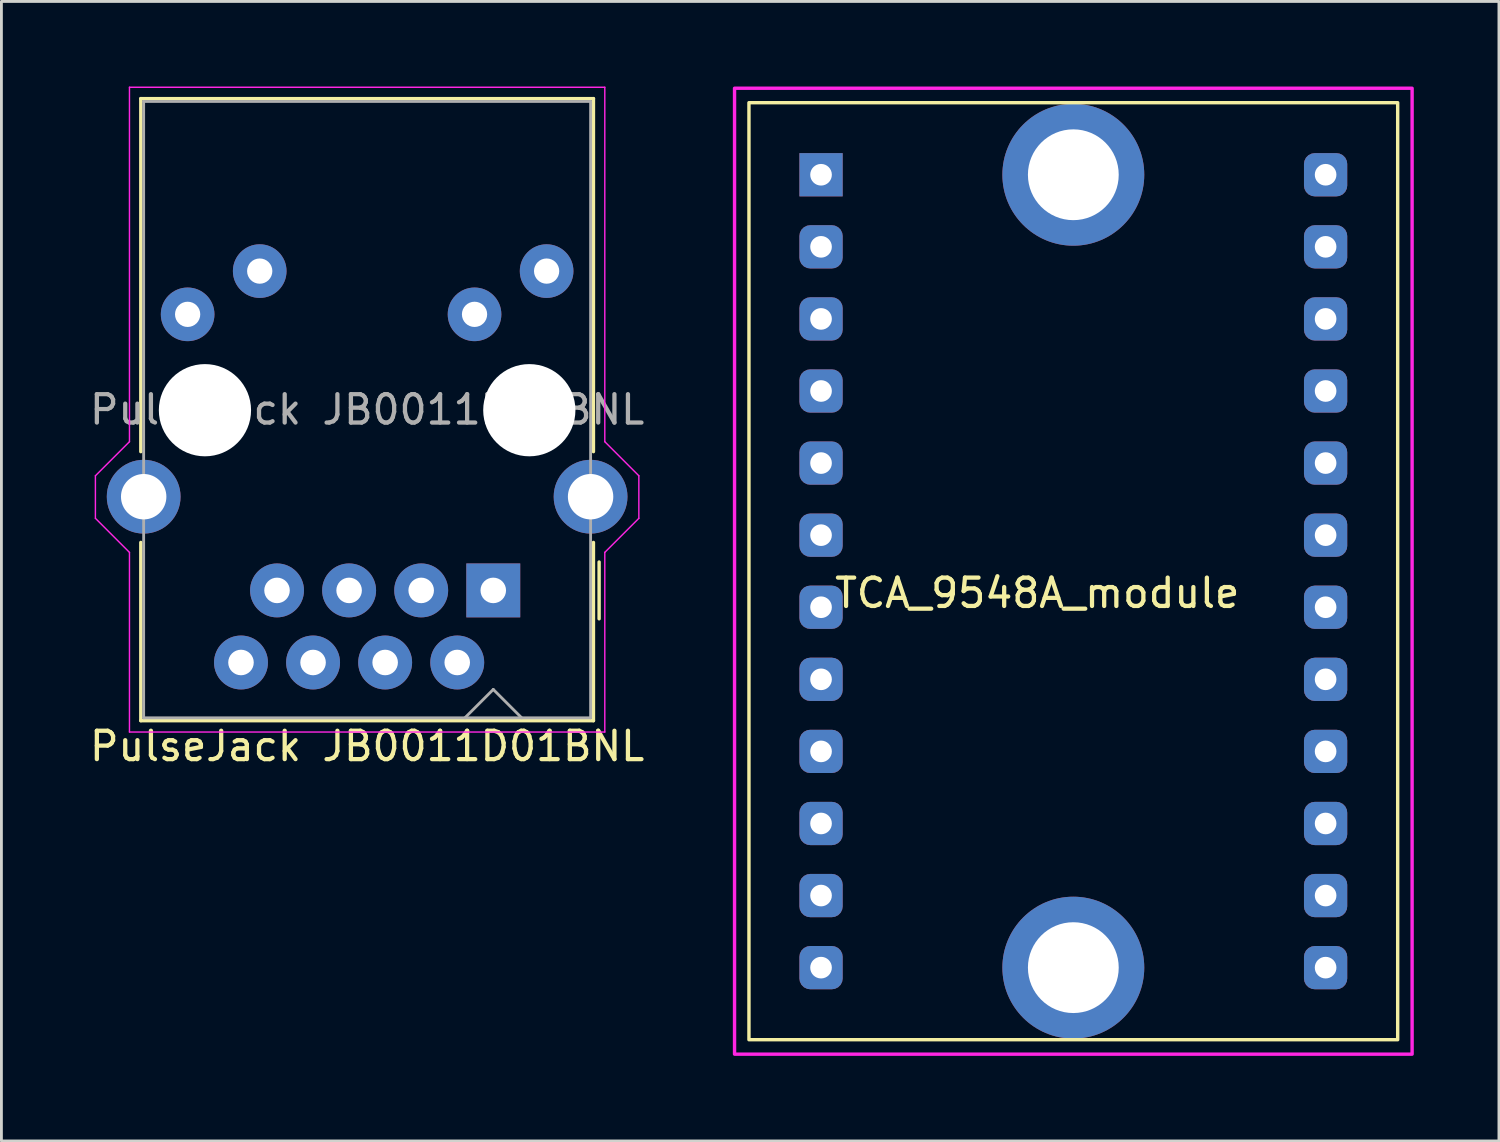
<source format=kicad_pcb>
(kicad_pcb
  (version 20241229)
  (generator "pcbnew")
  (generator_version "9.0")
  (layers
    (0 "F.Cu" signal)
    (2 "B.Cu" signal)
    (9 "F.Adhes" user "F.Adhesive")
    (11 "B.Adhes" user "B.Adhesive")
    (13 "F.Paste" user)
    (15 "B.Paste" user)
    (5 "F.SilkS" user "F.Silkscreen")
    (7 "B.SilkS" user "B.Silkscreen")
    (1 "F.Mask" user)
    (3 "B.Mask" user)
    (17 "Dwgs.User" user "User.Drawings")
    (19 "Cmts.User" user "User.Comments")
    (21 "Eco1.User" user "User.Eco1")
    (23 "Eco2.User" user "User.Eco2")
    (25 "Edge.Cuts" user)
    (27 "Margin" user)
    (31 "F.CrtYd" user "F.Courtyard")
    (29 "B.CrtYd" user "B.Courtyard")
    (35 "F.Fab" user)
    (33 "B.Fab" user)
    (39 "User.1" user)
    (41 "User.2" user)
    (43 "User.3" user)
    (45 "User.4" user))
  (footprint "PulseJack JB0011D01BNL"
    (layer "F.Cu")
    (at 14.332 17.755)
    (property "Reference" "PulseJack JB0011D01BNL" (at -4.445 5.49 180) (layer "F.SilkS") (effects (font (size 1 1) (thickness 0.15))))
    (attr through_hole)
    (fp_line (start -12.42 -17.33) (end 3.53 -17.33) (stroke (width 0.12) (type solid)) (layer "F.SilkS"))
    (fp_line (start -12.42 -4.89) (end -12.42 -17.33) (stroke (width 0.12) (type solid)) (layer "F.SilkS"))
    (fp_line (start -12.42 4.59) (end -12.42 -1.69) (stroke (width 0.12) (type solid)) (layer "F.SilkS"))
    (fp_line (start 3.53 -17.33) (end 3.53 -4.89) (stroke (width 0.12) (type solid)) (layer "F.SilkS"))
    (fp_line (start 3.53 -1.69) (end 3.53 4.59) (stroke (width 0.12) (type solid)) (layer "F.SilkS"))
    (fp_line (start 3.53 4.59) (end -12.42 4.59) (stroke (width 0.12) (type solid)) (layer "F.SilkS"))
    (fp_line (start 3.73 1) (end 3.73 -1) (stroke (width 0.12) (type solid)) (layer "F.SilkS"))
    (fp_line (start -14.02 -4.04) (end -12.82 -5.24) (stroke (width 0.05) (type default)) (layer "F.CrtYd"))
    (fp_line (start -14.02 -2.54) (end -14.02 -4.04) (stroke (width 0.05) (type solid)) (layer "F.CrtYd"))
    (fp_line (start -12.82 -5.24) (end -12.82 -17.73) (stroke (width 0.05) (type solid)) (layer "F.CrtYd"))
    (fp_line (start -12.82 -1.34) (end -14.02 -2.54) (stroke (width 0.05) (type default)) (layer "F.CrtYd"))
    (fp_line (start -12.82 4.99) (end -12.82 -1.34) (stroke (width 0.05) (type solid)) (layer "F.CrtYd"))
    (fp_line (start -12.82 4.99) (end 3.93 4.99) (stroke (width 0.05) (type solid)) (layer "F.CrtYd"))
    (fp_line (start 3.93 -17.73) (end -12.82 -17.73) (stroke (width 0.05) (type solid)) (layer "F.CrtYd"))
    (fp_line (start 3.93 -5.24) (end 3.93 -17.73) (stroke (width 0.05) (type solid)) (layer "F.CrtYd"))
    (fp_line (start 3.93 -1.34) (end 5.13 -2.54) (stroke (width 0.05) (type default)) (layer "F.CrtYd"))
    (fp_line (start 3.93 4.99) (end 3.93 -1.34) (stroke (width 0.05) (type solid)) (layer "F.CrtYd"))
    (fp_line (start 5.13 -4.04) (end 3.93 -5.24) (stroke (width 0.05) (type default)) (layer "F.CrtYd"))
    (fp_line (start 5.13 -2.54) (end 5.13 -4.04) (stroke (width 0.05) (type solid)) (layer "F.CrtYd"))
    (fp_line (start -12.32 -17.23) (end 3.43 -17.23) (stroke (width 0.1) (type solid)) (layer "F.Fab"))
    (fp_line (start -12.32 4.49) (end -12.32 -17.23) (stroke (width 0.1) (type solid)) (layer "F.Fab"))
    (fp_line (start 0 3.49) (end -1 4.49) (stroke (width 0.1) (type default)) (layer "F.Fab"))
    (fp_line (start 0 3.49) (end 1 4.49) (stroke (width 0.1) (type default)) (layer "F.Fab"))
    (fp_line (start 3.43 -17.23) (end 3.43 4.49) (stroke (width 0.1) (type solid)) (layer "F.Fab"))
    (fp_line (start 3.43 4.49) (end -12.32 4.49) (stroke (width 0.1) (type solid)) (layer "F.Fab"))
    (fp_text user "${REFERENCE}" (at -4.445 -6.37 180) (layer "F.Fab") (effects (font (size 1 1) (thickness 0.15))))
    (pad "" np_thru_hole circle (at -10.16 -6.35 180) (size 3.25 3.25) (drill 3.25) (layers "*.Cu" "*.Mask"))
    (pad "" np_thru_hole circle (at 1.27 -6.35 180) (size 3.25 3.25) (drill 3.25) (layers "*.Cu" "*.Mask"))
    (pad "1" thru_hole rect (at 0 0 180) (size 1.9 1.9) (drill 0.9) (layers "*.Cu" "*.Mask"))
    (pad "2" thru_hole circle (at -1.27 2.54 180) (size 1.9 1.9) (drill 0.9) (layers "*.Cu" "*.Mask"))
    (pad "3" thru_hole circle (at -2.54 0 180) (size 1.9 1.9) (drill 0.9) (layers "*.Cu" "*.Mask"))
    (pad "4" thru_hole circle (at -3.81 2.54 180) (size 1.9 1.9) (drill 0.9) (layers "*.Cu" "*.Mask"))
    (pad "5" thru_hole circle (at -5.08 0 180) (size 1.9 1.9) (drill 0.9) (layers "*.Cu" "*.Mask"))
    (pad "6" thru_hole circle (at -6.35 2.54 180) (size 1.9 1.9) (drill 0.9) (layers "*.Cu" "*.Mask"))
    (pad "7" thru_hole circle (at -7.62 0 180) (size 1.9 1.9) (drill 0.9) (layers "*.Cu" "*.Mask"))
    (pad "8" thru_hole circle (at -8.89 2.54 180) (size 1.9 1.9) (drill 0.9) (layers "*.Cu" "*.Mask"))
    (pad "9" thru_hole circle (at 1.88 -11.252 180) (size 1.89 1.89) (drill 0.89) (layers "*.Cu" "*.Mask"))
    (pad "10" thru_hole circle (at -0.66 -9.728 180) (size 1.89 1.89) (drill 0.89) (layers "*.Cu" "*.Mask"))
    (pad "11" thru_hole circle (at -8.23 -11.252 180) (size 1.89 1.89) (drill 0.89) (layers "*.Cu" "*.Mask"))
    (pad "12" thru_hole circle (at -10.77 -9.728 180) (size 1.89 1.89) (drill 0.89) (layers "*.Cu" "*.Mask"))
    (pad "SH" thru_hole circle (at -12.319 -3.302 180) (size 2.6 2.6) (drill 1.6) (layers "*.Cu" "*.Mask"))
    (pad "SH" thru_hole circle (at 3.429 -3.302 180) (size 2.6 2.6) (drill 1.6) (layers "*.Cu" "*.Mask"))
    (zone (net_name "") (layers "F.Cu" "B.Cu" "F.SilkS") (name "No trace zone") (hatch edge 0.5) (connect_pads) (min_thickness 0.25) (filled_areas_thickness no) (keepout (tracks not_allowed) (vias not_allowed) (pads not_allowed) (copperpour allowed) (footprints allowed)) (placement (enabled no)) (fill) (polygon (pts (xy 18.015 3.785) (xy 1.759 3.785) (xy 1.759 0.229) (xy 18.015 0.229)))))
  (footprint "TCA_9548A_module"
    (layer "F.Cu")
    (at 33.502 18.348)
    (property "Reference" "TCA_9548A_module" (at 0 -0.5 0) (unlocked yes) (layer "F.SilkS") (effects (font (size 1 1) (thickness 0.15))))
    (attr through_hole)
    (fp_rect (start -10.16 -17.78) (end 12.7 15.24) (stroke (width 0.12) (type solid)) (fill no) (layer "F.SilkS"))
    (fp_rect (start -10.668 -18.288) (end 13.208 15.748) (stroke (width 0.12) (type solid)) (fill no) (layer "F.CrtYd"))
    (pad "" np_thru_hole circle (at 1.27 -15.24) (size 5 5) (drill 3.2) (layers "*.Cu" "*.Mask"))
    (pad "" np_thru_hole circle (at 1.27 12.7) (size 5 5) (drill 3.2) (layers "*.Cu" "*.Mask"))
    (pad "1" thru_hole rect (at -7.62 -15.24) (size 1.524 1.524) (drill 0.762) (layers "*.Cu" "*.Mask"))
    (pad "2" thru_hole roundrect (at -7.62 -12.7) (size 1.524 1.524) (drill 0.762) (layers "*.Cu" "*.Mask") (roundrect_rratio 0.25))
    (pad "3" thru_hole roundrect (at -7.62 -10.16) (size 1.524 1.524) (drill 0.762) (layers "*.Cu" "*.Mask") (roundrect_rratio 0.25))
    (pad "4" thru_hole roundrect (at -7.62 -7.62) (size 1.524 1.524) (drill 0.762) (layers "*.Cu" "*.Mask") (roundrect_rratio 0.25))
    (pad "5" thru_hole roundrect (at -7.62 -5.08) (size 1.524 1.524) (drill 0.762) (layers "*.Cu" "*.Mask") (roundrect_rratio 0.25))
    (pad "6" thru_hole roundrect (at -7.62 -2.54) (size 1.524 1.524) (drill 0.762) (layers "*.Cu" "*.Mask") (roundrect_rratio 0.25))
    (pad "7" thru_hole roundrect (at -7.62 0) (size 1.524 1.524) (drill 0.762) (layers "*.Cu" "*.Mask") (roundrect_rratio 0.25))
    (pad "8" thru_hole roundrect (at -7.62 2.54) (size 1.524 1.524) (drill 0.762) (layers "*.Cu" "*.Mask") (roundrect_rratio 0.25))
    (pad "9" thru_hole roundrect (at -7.62 5.08) (size 1.524 1.524) (drill 0.762) (layers "*.Cu" "*.Mask") (roundrect_rratio 0.25))
    (pad "10" thru_hole roundrect (at -7.62 7.62) (size 1.524 1.524) (drill 0.762) (layers "*.Cu" "*.Mask") (roundrect_rratio 0.25))
    (pad "11" thru_hole roundrect (at -7.62 10.16) (size 1.524 1.524) (drill 0.762) (layers "*.Cu" "*.Mask") (roundrect_rratio 0.25))
    (pad "12" thru_hole roundrect (at -7.62 12.7) (size 1.524 1.524) (drill 0.762) (layers "*.Cu" "*.Mask") (roundrect_rratio 0.25))
    (pad "13" thru_hole roundrect (at 10.16 12.7) (size 1.524 1.524) (drill 0.762) (layers "*.Cu" "*.Mask") (roundrect_rratio 0.25))
    (pad "14" thru_hole roundrect (at 10.16 10.16) (size 1.524 1.524) (drill 0.762) (layers "*.Cu" "*.Mask") (roundrect_rratio 0.25))
    (pad "15" thru_hole roundrect (at 10.16 7.62) (size 1.524 1.524) (drill 0.762) (layers "*.Cu" "*.Mask") (roundrect_rratio 0.25))
    (pad "16" thru_hole roundrect (at 10.16 5.08) (size 1.524 1.524) (drill 0.762) (layers "*.Cu" "*.Mask") (roundrect_rratio 0.25))
    (pad "17" thru_hole roundrect (at 10.16 2.54) (size 1.524 1.524) (drill 0.762) (layers "*.Cu" "*.Mask") (roundrect_rratio 0.25))
    (pad "18" thru_hole roundrect (at 10.16 0) (size 1.524 1.524) (drill 0.762) (layers "*.Cu" "*.Mask") (roundrect_rratio 0.25))
    (pad "19" thru_hole roundrect (at 10.16 -2.54) (size 1.524 1.524) (drill 0.762) (layers "*.Cu" "*.Mask") (roundrect_rratio 0.25))
    (pad "20" thru_hole roundrect (at 10.16 -5.08) (size 1.524 1.524) (drill 0.762) (layers "*.Cu" "*.Mask") (roundrect_rratio 0.25))
    (pad "21" thru_hole roundrect (at 10.16 -7.62) (size 1.524 1.524) (drill 0.762) (layers "*.Cu" "*.Mask") (roundrect_rratio 0.25))
    (pad "22" thru_hole roundrect (at 10.16 -10.16) (size 1.524 1.524) (drill 0.762) (layers "*.Cu" "*.Mask") (roundrect_rratio 0.25))
    (pad "23" thru_hole roundrect (at 10.16 -12.7) (size 1.524 1.524) (drill 0.762) (layers "*.Cu" "*.Mask") (roundrect_rratio 0.25))
    (pad "24" thru_hole roundrect (at 10.16 -15.24) (size 1.524 1.524) (drill 0.762) (layers "*.Cu" "*.Mask") (roundrect_rratio 0.25)))
  (gr_rect
    (start -3 -3)
    (end 49.77 37.156)
    (stroke (width 0.1) (type default))
    (fill no)
    (layer "Edge.Cuts")))
</source>
